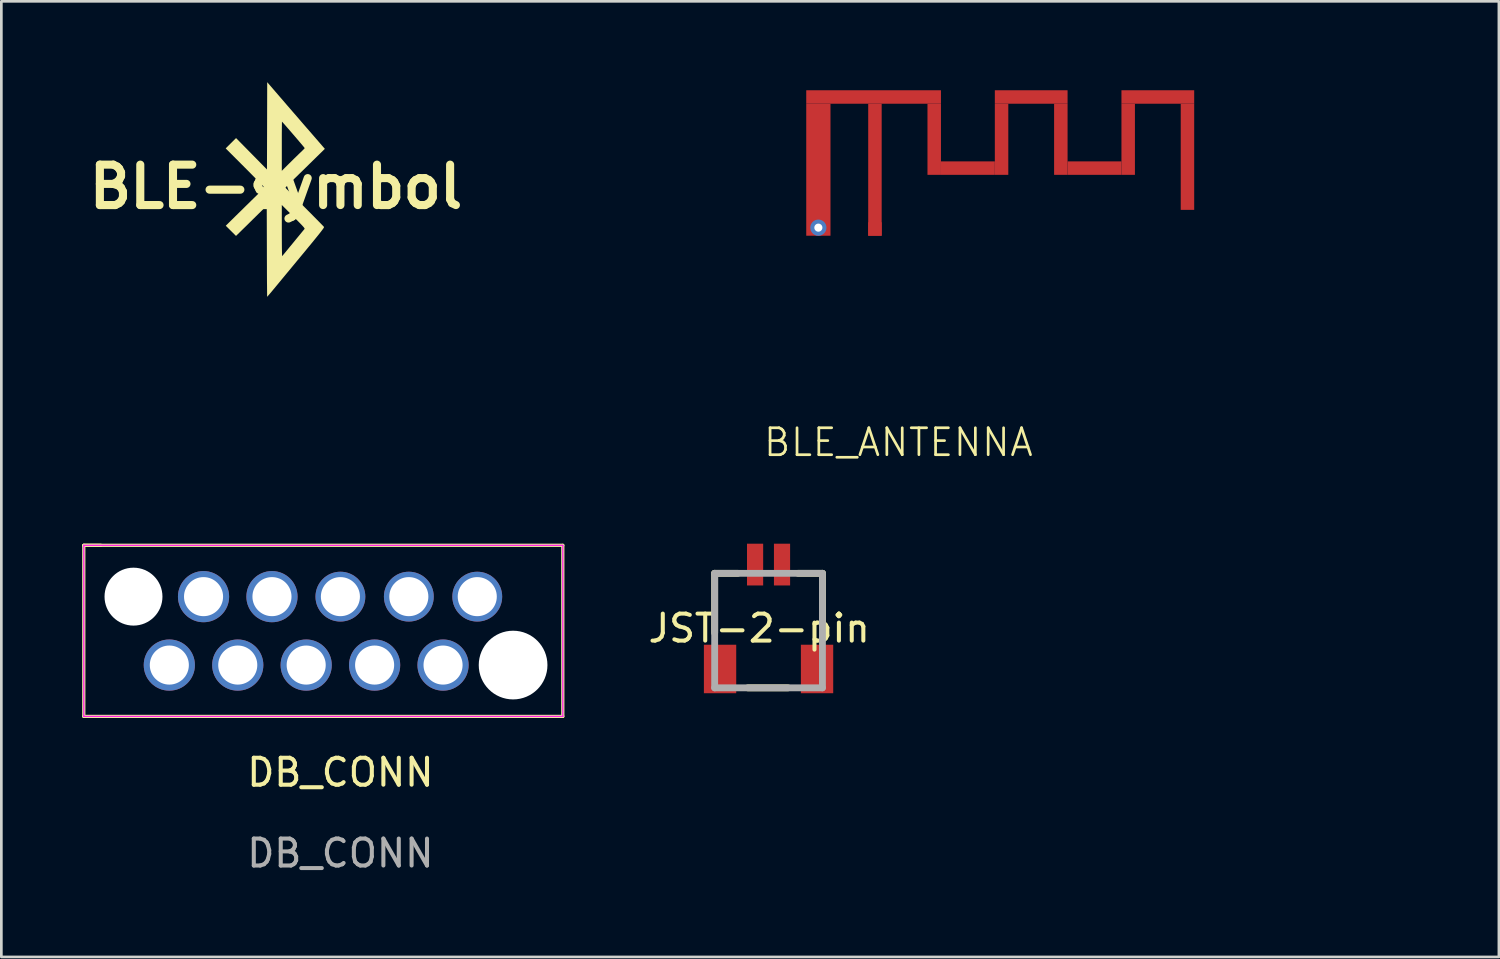
<source format=kicad_pcb>
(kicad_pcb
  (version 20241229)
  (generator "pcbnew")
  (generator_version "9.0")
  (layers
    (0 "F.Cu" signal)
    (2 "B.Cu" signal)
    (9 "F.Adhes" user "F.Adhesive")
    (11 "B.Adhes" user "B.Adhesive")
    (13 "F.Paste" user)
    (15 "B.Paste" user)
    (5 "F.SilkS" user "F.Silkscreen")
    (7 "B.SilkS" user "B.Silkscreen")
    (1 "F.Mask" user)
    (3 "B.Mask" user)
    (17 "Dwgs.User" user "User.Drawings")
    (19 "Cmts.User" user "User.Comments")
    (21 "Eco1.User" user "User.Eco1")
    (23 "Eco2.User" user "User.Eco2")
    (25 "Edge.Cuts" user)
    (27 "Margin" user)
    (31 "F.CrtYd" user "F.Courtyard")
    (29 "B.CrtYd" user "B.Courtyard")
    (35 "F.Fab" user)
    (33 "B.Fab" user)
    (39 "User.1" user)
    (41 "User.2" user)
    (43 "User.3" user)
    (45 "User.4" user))
  (footprint "DB_CONN"
    (layer "F.Cu")
    (at 9.585 20.366)
    (property "Reference" "DB_CONN" (at 0 5.255 0) (unlocked yes) (layer "F.SilkS") (effects (font (size 1 1) (thickness 0.15))))
    (attr through_hole)
    (fp_line (start -9.525 -3.175) (end 8.255 -3.175) (stroke (width 0.12) (type solid)) (layer "F.SilkS"))
    (fp_line (start -9.525 3.175) (end -9.525 -3.175) (stroke (width 0.12) (type solid)) (layer "F.SilkS"))
    (fp_line (start -8.89 -3.175) (end -9.525 -3.175) (stroke (width 0.12) (type solid)) (layer "F.SilkS"))
    (fp_line (start 8.255 -3.175) (end 8.255 3.175) (stroke (width 0.12) (type solid)) (layer "F.SilkS"))
    (fp_line (start 8.255 3.175) (end -9.525 3.175) (stroke (width 0.12) (type solid)) (layer "F.SilkS"))
    (fp_line (start -9.525 -3.175) (end 8.255 -3.175) (stroke (width 0.05) (type solid)) (layer "F.CrtYd"))
    (fp_line (start -9.525 3.175) (end -9.525 -3.175) (stroke (width 0.05) (type solid)) (layer "F.CrtYd"))
    (fp_line (start 8.255 -3.175) (end 8.255 3.175) (stroke (width 0.05) (type solid)) (layer "F.CrtYd"))
    (fp_line (start 8.255 3.175) (end -9.525 3.175) (stroke (width 0.05) (type solid)) (layer "F.CrtYd"))
    (fp_text user "${REFERENCE}" (at 0 8.255 0) (unlocked yes) (layer "F.Fab") (effects (font (size 1 1) (thickness 0.15))))
    (pad "" np_thru_hole circle (at -7.68 -1.27) (size 2.15 2.15) (drill 2.15) (layers "*.Cu" "*.Mask"))
    (pad "" np_thru_hole circle (at 6.41 1.27) (size 2.55 2.55) (drill 2.55) (layers "*.Cu" "*.Mask"))
    (pad "1" thru_hole circle (at -5.08 -1.27) (size 1.9 1.9) (drill 1.45) (layers "*.Cu" "*.Mask"))
    (pad "2" thru_hole circle (at -2.54 -1.27) (size 1.9 1.9) (drill 1.45) (layers "*.Cu" "*.Mask"))
    (pad "3" thru_hole circle (at 0 -1.27) (size 1.85 1.85) (drill 1.45) (layers "*.Cu" "*.Mask"))
    (pad "4" thru_hole circle (at 2.54 -1.27) (size 1.85 1.85) (drill 1.45) (layers "*.Cu" "*.Mask"))
    (pad "5" thru_hole circle (at 5.08 -1.27) (size 1.85 1.85) (drill 1.45) (layers "*.Cu" "*.Mask"))
    (pad "6" thru_hole circle (at -6.35 1.27) (size 1.9 1.9) (drill 1.45) (layers "*.Cu" "*.Mask"))
    (pad "7" thru_hole circle (at -3.81 1.27) (size 1.9 1.9) (drill 1.45) (layers "*.Cu" "*.Mask"))
    (pad "8" thru_hole circle (at -1.27 1.27) (size 1.9 1.9) (drill 1.45) (layers "*.Cu" "*.Mask"))
    (pad "9" thru_hole circle (at 1.27 1.27) (size 1.9 1.9) (drill 1.45) (layers "*.Cu" "*.Mask"))
    (pad "10" thru_hole circle (at 3.81 1.27) (size 1.9 1.9) (drill 1.45) (layers "*.Cu" "*.Mask")))
  (footprint "JST-2-pin"
    (layer "F.Cu")
    (at 25.477 19.881)
    (property "Reference" "JST-2-pin" (at -0.347 0.391 0) (layer "F.SilkS") (effects (font (size 1.002 1.002) (thickness 0.15))))
    (attr smd)
    (fp_line (start -2 -1.65) (end -2 0.563) (stroke (width 0.254) (type solid)) (layer "F.SilkS"))
    (fp_line (start -2 -1.65) (end -1.145 -1.65) (stroke (width 0.254) (type solid)) (layer "F.SilkS"))
    (fp_line (start -0.767 2.6) (end 0.722 2.6) (stroke (width 0.254) (type solid)) (layer "F.SilkS"))
    (fp_line (start 2 -1.65) (end 1.1 -1.65) (stroke (width 0.254) (type solid)) (layer "F.SilkS"))
    (fp_line (start 2 -1.65) (end 2 0.697) (stroke (width 0.254) (type solid)) (layer "F.SilkS"))
    (fp_line (start -2 -1.65) (end 2 -1.65) (stroke (width 0.254) (type solid)) (layer "F.Fab"))
    (fp_line (start -2 2.6) (end -2 -1.65) (stroke (width 0.254) (type solid)) (layer "F.Fab"))
    (fp_line (start 2 -1.65) (end 2 2.6) (stroke (width 0.254) (type solid)) (layer "F.Fab"))
    (fp_line (start 2 2.6) (end -2 2.6) (stroke (width 0.254) (type solid)) (layer "F.Fab"))
    (pad "" smd rect (at -1.8 1.9 90) (size 1.8 1.2) (layers "F.Cu" "F.Mask" "F.Paste"))
    (pad "" smd rect (at 1.8 1.9 90) (size 1.8 1.2) (layers "F.Cu" "F.Mask" "F.Paste"))
    (pad "1" smd rect (at -0.5 -1.975 90) (size 1.55 0.6) (layers "F.Cu" "F.Mask" "F.Paste"))
    (pad "2" smd rect (at 0.5 -1.975 90) (size 1.55 0.6) (layers "F.Cu" "F.Mask" "F.Paste")))
  (footprint "BLE_ANTENNA"
    (layer "F.Cu")
    (at 29.026 5.75)
    (property "Reference" "BLE_ANTENNA" (at 1.27 7.62 0) (unlocked yes) (layer "F.SilkS") (effects (font (size 1 1) (thickness 0.1))))
    (attr smd)
    (pad "1" smd rect (at 0.35 -5.2 270) (size 0.5 5) (layers "F.Cu" "F.Paste"))
    (pad "1" smd rect (at 0.4 -2.5 180) (size 0.5 4.9) (layers "F.Cu" "F.Paste"))
    (pad "1" smd rect (at 0.4 -0.3) (size 0.5 0.5) (layers "F.Cu" "F.Mask" "F.Paste"))
    (pad "1" smd rect (at 2.6 -3.63) (size 0.5 2.64) (layers "F.Cu" "F.Paste"))
    (pad "1" smd rect (at 3.85 -2.56 90) (size 0.5 2) (layers "F.Cu" "F.Paste"))
    (pad "1" smd rect (at 5.1 -3.63) (size 0.5 2.64) (layers "F.Cu" "F.Paste"))
    (pad "1" smd rect (at 6.2 -5.2 90) (size 0.5 2.7) (layers "F.Cu" "F.Paste"))
    (pad "1" smd rect (at 7.3 -3.63) (size 0.5 2.64) (layers "F.Cu" "F.Paste"))
    (pad "1" smd rect (at 8.55 -2.56 90) (size 0.5 2) (layers "F.Cu" "F.Paste"))
    (pad "1" smd rect (at 9.8 -3.63) (size 0.5 2.64) (layers "F.Cu" "F.Paste"))
    (pad "1" smd rect (at 10.9 -5.2 90) (size 0.5 2.7) (layers "F.Cu" "F.Paste"))
    (pad "1" smd rect (at 12 -2.98 180) (size 0.5 3.94) (layers "F.Cu" "F.Paste"))
    (pad "2" smd rect (at -1.7 -2.5 180) (size 0.9 4.9) (layers "F.Cu" "F.Paste"))
    (pad "2" thru_hole circle (at -1.7 -0.35 180) (size 0.6 0.6) (drill 0.3) (layers "*.Cu" "*.Mask"))
    (zone (net_name "") (layers "F.Cu" "B.Cu") (hatch edge 0.5) (connect_pads) (min_thickness 0.25) (filled_areas_thickness no) (keepout (tracks not_allowed) (vias allowed) (pads allowed) (copperpour not_allowed) (footprints not_allowed)) (placement (enabled no)) (fill) (polygon (pts (xy 17.386 0) (xy 49.586 0) (xy 49.586 5.2) (xy 17.386 5.2)))))
  (footprint "BLE-symbol"
    (layer "F.Cu")
    (at 7.193 3.883)
    (property "Reference" "BLE-symbol" (at 0 0 0) (layer "F.SilkS") (effects (font (size 1.5 1.5) (thickness 0.3))))
    (attr board_only exclude_from_pos_files exclude_from_bom)
    (fp_poly (pts (xy 0.153 -3.329) (xy 0.265 -3.2) (xy 0.393 -3.05) (xy 0.534 -2.887) (xy 0.683 -2.715) (xy 0.834 -2.541) (xy 0.982 -2.369) (xy 1.124 -2.205) (xy 1.223 -2.092) (xy 1.815 -1.408) (xy 1.236 -0.841) (xy 1.115 -0.722) (xy 0.996 -0.605) (xy 0.881 -0.494) (xy 0.776 -0.39) (xy 0.681 -0.298) (xy 0.602 -0.221) (xy 0.54 -0.161) (xy 0.504 -0.126) (xy 0.446 -0.069) (xy 0.399 -0.02) (xy 0.367 0.016) (xy 0.354 0.035) (xy 0.354 0.036) (xy 0.366 0.05) (xy 0.4 0.085) (xy 0.453 0.14) (xy 0.523 0.212) (xy 0.609 0.299) (xy 0.708 0.4) (xy 0.818 0.511) (xy 0.938 0.632) (xy 1.059 0.754) (xy 1.185 0.881) (xy 1.306 1.002) (xy 1.417 1.115) (xy 1.517 1.216) (xy 1.605 1.305) (xy 1.677 1.379) (xy 1.732 1.435) (xy 1.767 1.472) (xy 1.781 1.487) (xy 1.783 1.493) (xy 1.782 1.503) (xy 1.776 1.517) (xy 1.764 1.538) (xy 1.745 1.566) (xy 1.718 1.602) (xy 1.683 1.649) (xy 1.638 1.707) (xy 1.582 1.778) (xy 1.513 1.863) (xy 1.432 1.963) (xy 1.337 2.08) (xy 1.226 2.214) (xy 1.1 2.368) (xy 0.956 2.542) (xy 0.794 2.737) (xy 0.613 2.956) (xy 0.417 3.193) (xy 0.372 3.247) (xy 0.311 3.321) (xy 0.236 3.411) (xy 0.154 3.511) (xy 0.068 3.615) (xy -0.014 3.714) (xy -0.092 3.808) (xy -0.163 3.894) (xy -0.225 3.967) (xy -0.275 4.025) (xy -0.309 4.065) (xy -0.325 4.083) (xy -0.326 4.083) (xy -0.327 4.067) (xy -0.328 4.02) (xy -0.329 3.943) (xy -0.33 3.84) (xy -0.331 3.713) (xy -0.333 3.563) (xy -0.334 3.393) (xy -0.335 3.206) (xy -0.335 3.003) (xy -0.336 2.786) (xy -0.337 2.558) (xy -0.337 2.393) (xy -0.342 0.702) (xy -0.758 1.112) (xy -0.864 1.216) (xy -0.969 1.32) (xy -1.069 1.419) (xy -1.161 1.509) (xy -1.24 1.586) (xy -1.302 1.647) (xy -1.329 1.674) (xy -1.483 1.824) (xy -1.673 1.635) (xy -1.863 1.446) (xy -1.386 0.976) (xy -1.269 0.862) (xy -1.15 0.744) (xy -1.08 0.675) (xy 0.217 0.675) (xy 0.217 1.633) (xy 0.217 1.807) (xy 0.218 1.971) (xy 0.219 2.121) (xy 0.22 2.255) (xy 0.222 2.369) (xy 0.224 2.461) (xy 0.226 2.527) (xy 0.228 2.566) (xy 0.23 2.574) (xy 0.246 2.555) (xy 0.278 2.517) (xy 0.321 2.465) (xy 0.361 2.417) (xy 0.404 2.364) (xy 0.465 2.29) (xy 0.537 2.202) (xy 0.617 2.105) (xy 0.7 2.004) (xy 0.758 1.933) (xy 0.834 1.841) (xy 0.904 1.756) (xy 0.964 1.682) (xy 1.013 1.623) (xy 1.046 1.583) (xy 1.06 1.566) (xy 1.063 1.557) (xy 1.059 1.542) (xy 1.045 1.52) (xy 1.02 1.489) (xy 0.981 1.445) (xy 0.926 1.387) (xy 0.853 1.312) (xy 0.76 1.219) (xy 0.649 1.108) (xy 0.217 0.675) (xy -1.08 0.675) (xy -1.032 0.629) (xy -0.921 0.519) (xy -0.819 0.42) (xy -0.733 0.336) (xy -0.67 0.274) (xy -0.577 0.182) (xy -0.509 0.112) (xy -0.465 0.06) (xy -0.443 0.028) (xy -0.441 0.017) (xy -0.455 0.001) (xy -0.489 -0.037) (xy -0.544 -0.093) (xy -0.615 -0.167) (xy -0.702 -0.256) (xy -0.803 -0.358) (xy -0.914 -0.47) (xy -1.034 -0.592) (xy -1.034 -0.592) (xy 0.217 -0.592) (xy 0.496 -0.87) (xy 0.585 -0.958) (xy 0.677 -1.049) (xy 0.765 -1.134) (xy 0.843 -1.21) (xy 0.905 -1.27) (xy 0.921 -1.284) (xy 0.977 -1.339) (xy 1.024 -1.385) (xy 1.055 -1.419) (xy 1.067 -1.435) (xy 1.067 -1.435) (xy 1.056 -1.45) (xy 1.027 -1.487) (xy 0.981 -1.542) (xy 0.922 -1.612) (xy 0.853 -1.693) (xy 0.777 -1.783) (xy 0.695 -1.878) (xy 0.612 -1.975) (xy 0.53 -2.07) (xy 0.452 -2.16) (xy 0.381 -2.241) (xy 0.32 -2.311) (xy 0.271 -2.366) (xy 0.238 -2.402) (xy 0.224 -2.417) (xy 0.223 -2.417) (xy 0.222 -2.401) (xy 0.221 -2.354) (xy 0.22 -2.28) (xy 0.219 -2.182) (xy 0.218 -2.063) (xy 0.217 -1.925) (xy 0.217 -1.772) (xy 0.217 -1.607) (xy 0.217 -1.504) (xy 0.217 -0.592) (xy -1.034 -0.592) (xy -1.159 -0.717) (xy -1.866 -1.425) (xy -1.673 -1.617) (xy -1.481 -1.808) (xy -0.907 -1.225) (xy -0.334 -0.642) (xy -0.329 -2.262) (xy -0.325 -3.883)) (stroke (width 0) (type solid)) (fill yes) (layer "F.SilkS")))
  (gr_rect
    (start -3 -3)
    (end 52.586 32.469)
    (stroke (width 0.1) (type default))
    (fill no)
    (layer "Edge.Cuts")))
</source>
